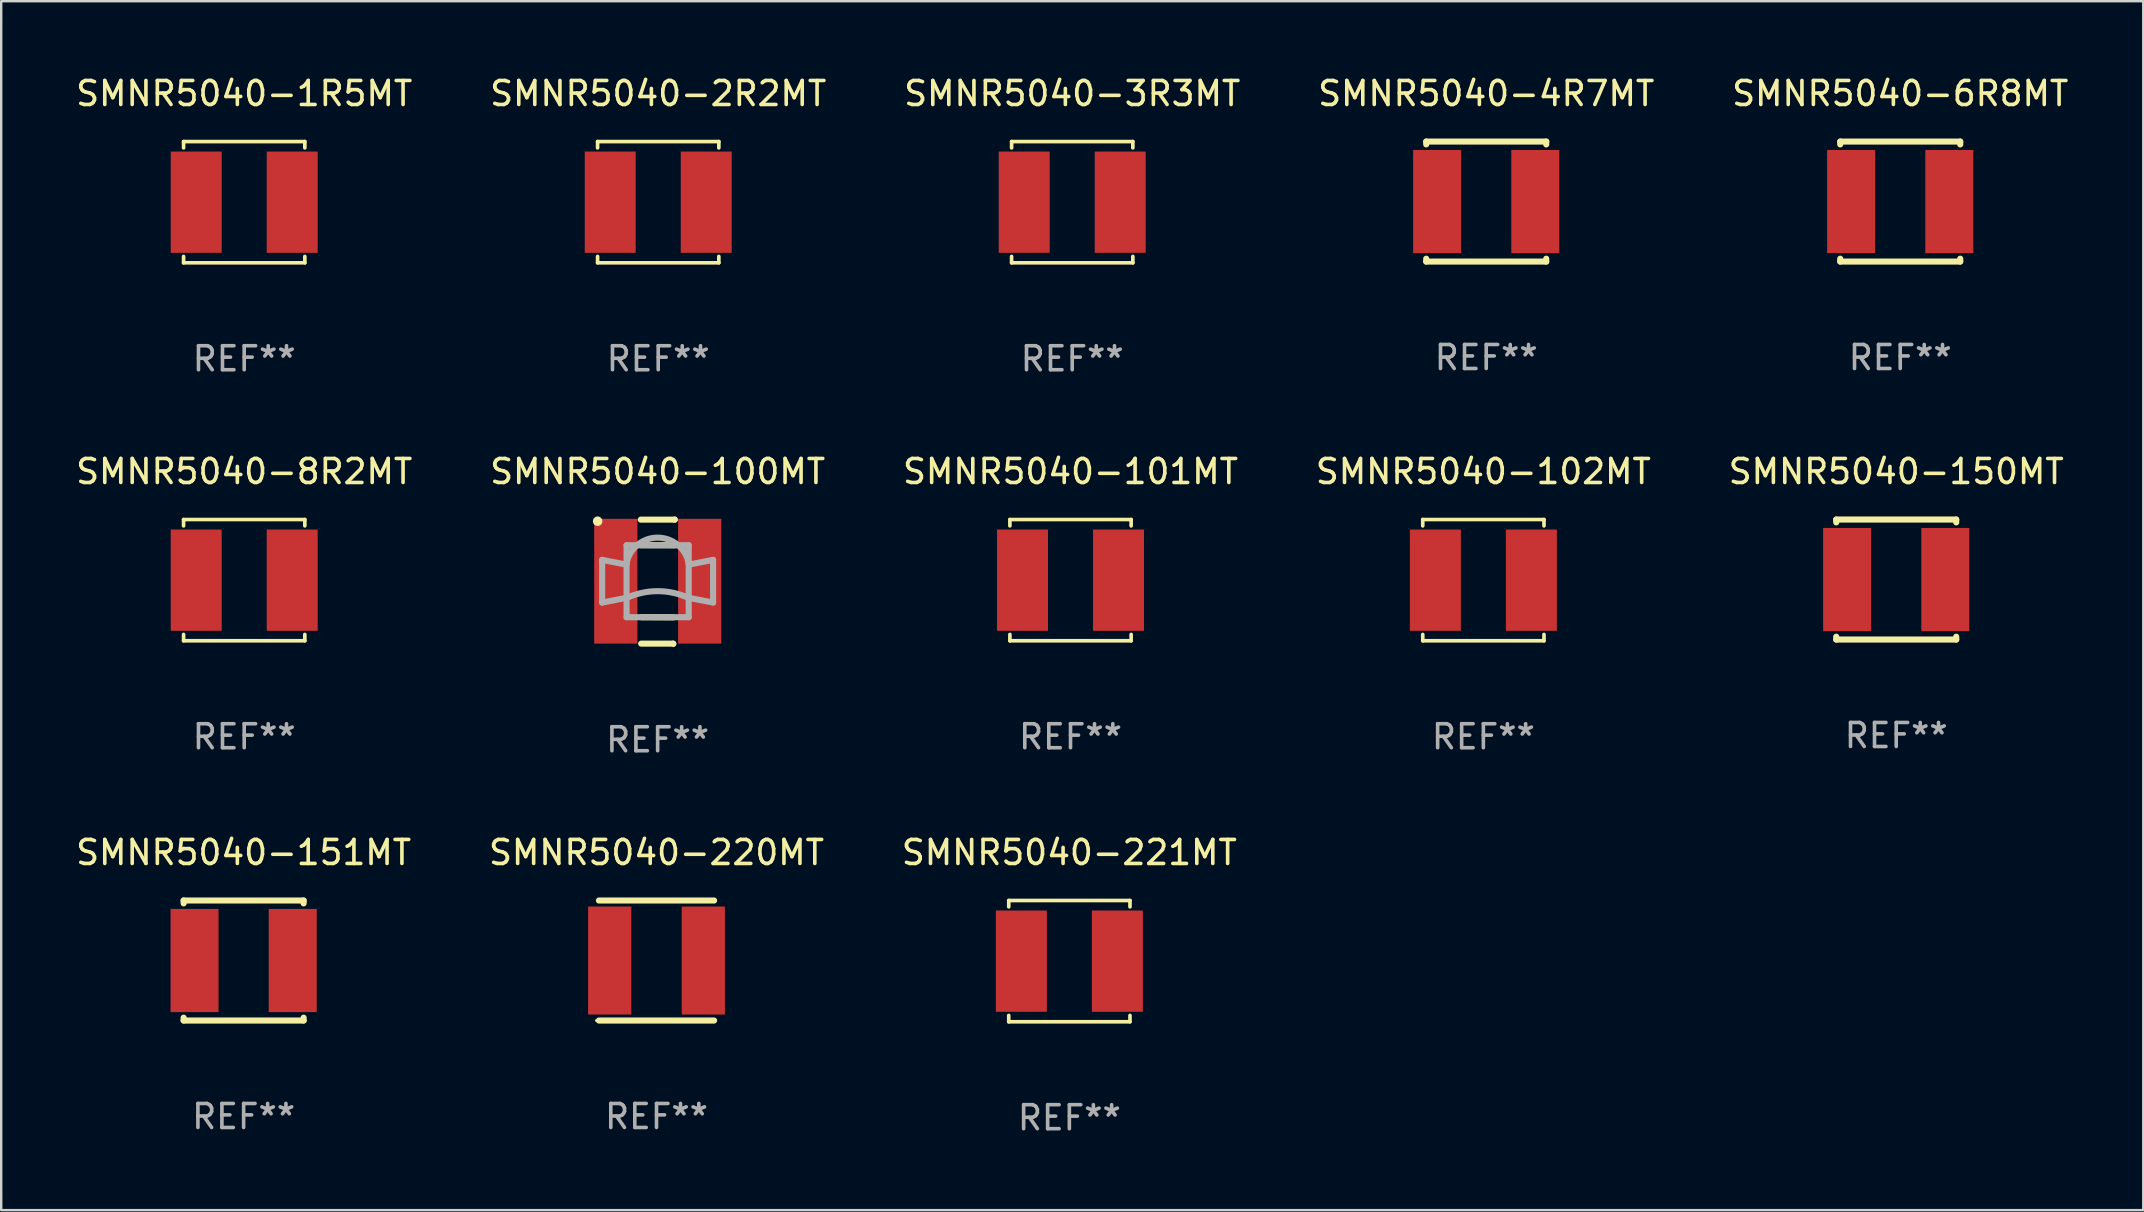
<source format=kicad_pcb>
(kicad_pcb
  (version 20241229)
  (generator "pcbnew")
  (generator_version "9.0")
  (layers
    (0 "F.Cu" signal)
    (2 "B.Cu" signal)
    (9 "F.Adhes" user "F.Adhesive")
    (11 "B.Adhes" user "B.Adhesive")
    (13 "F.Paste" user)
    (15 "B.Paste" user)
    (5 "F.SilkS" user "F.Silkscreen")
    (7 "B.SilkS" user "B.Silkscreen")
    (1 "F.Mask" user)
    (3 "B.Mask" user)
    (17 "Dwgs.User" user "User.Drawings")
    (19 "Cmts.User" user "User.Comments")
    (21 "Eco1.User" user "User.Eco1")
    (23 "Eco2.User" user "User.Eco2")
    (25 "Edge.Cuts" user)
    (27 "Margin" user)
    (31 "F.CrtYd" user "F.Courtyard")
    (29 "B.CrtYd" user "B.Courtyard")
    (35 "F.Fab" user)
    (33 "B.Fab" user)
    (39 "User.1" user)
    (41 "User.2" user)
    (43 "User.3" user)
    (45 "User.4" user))
  (footprint "SMNR5040-4R7MT"
    (layer "F.Cu")
    (at 58.875 5.348)
    (property "Reference" "SMNR5040-4R7MT" (at 0 -4.5 0) (layer "F.SilkS") (effects (font (size 1 1) (thickness 0.15))))
    (attr through_hole)
    (fp_line (start -2.5 -2.5) (end -2.5 -2.381) (stroke (width 0.254) (type solid)) (layer "F.SilkS"))
    (fp_line (start -2.5 -2.5) (end 2.5 -2.5) (stroke (width 0.254) (type solid)) (layer "F.SilkS"))
    (fp_line (start -2.5 2.381) (end -2.5 2.5) (stroke (width 0.254) (type solid)) (layer "F.SilkS"))
    (fp_line (start -2.5 2.5) (end 2.5 2.5) (stroke (width 0.254) (type solid)) (layer "F.SilkS"))
    (fp_line (start 2.5 -2.5) (end 2.5 -2.381) (stroke (width 0.254) (type solid)) (layer "F.SilkS"))
    (fp_line (start 2.5 2.381) (end 2.5 2.5) (stroke (width 0.254) (type solid)) (layer "F.SilkS"))
    (fp_circle (center -2.5 2.5) (end -2.47 2.5) (stroke (width 0.06) (type solid)) (fill no) (layer "F.SilkS"))
    (fp_text user "REF**" (at 0 6.5 0) (layer "F.Fab") (effects (font (size 1 1) (thickness 0.15))))
    (pad "1" smd rect (at -2.045 0) (size 2 4.3) (layers "F.Cu" "F.Mask" "F.Paste"))
    (pad "2" smd rect (at 2.045 0) (size 2 4.3) (layers "F.Cu" "F.Mask" "F.Paste")))
  (footprint "SMNR5040-1R5MT"
    (layer "F.Cu")
    (at 7.125 5.374)
    (property "Reference" "SMNR5040-1R5MT" (at 0 -4.526 0) (layer "F.SilkS") (effects (font (size 1 1) (thickness 0.15))))
    (attr through_hole)
    (fp_line (start -2.526 -2.526) (end 2.526 -2.526) (stroke (width 0.152) (type solid)) (layer "F.SilkS"))
    (fp_line (start -2.526 -2.262) (end -2.526 -2.526) (stroke (width 0.152) (type solid)) (layer "F.SilkS"))
    (fp_line (start -2.526 2.262) (end -2.526 2.526) (stroke (width 0.152) (type solid)) (layer "F.SilkS"))
    (fp_line (start -2.526 2.526) (end 2.526 2.526) (stroke (width 0.152) (type solid)) (layer "F.SilkS"))
    (fp_line (start 2.526 -2.526) (end 2.526 -2.262) (stroke (width 0.152) (type solid)) (layer "F.SilkS"))
    (fp_line (start 2.526 2.526) (end 2.526 2.262) (stroke (width 0.152) (type solid)) (layer "F.SilkS"))
    (fp_circle (center 2.5 -2.5) (end 2.53 -2.5) (stroke (width 0.06) (type solid)) (fill no) (layer "F.SilkS"))
    (fp_text user "REF**" (at 0 6.526 0) (layer "F.Fab") (effects (font (size 1 1) (thickness 0.15))))
    (pad "1" smd rect (at 2 0) (size 2.124 4.22) (layers "F.Cu" "F.Mask" "F.Paste"))
    (pad "2" smd rect (at -2 0) (size 2.124 4.22) (layers "F.Cu" "F.Mask" "F.Paste")))
  (footprint "SMNR5040-2R2MT"
    (layer "F.Cu")
    (at 24.375 5.374)
    (property "Reference" "SMNR5040-2R2MT" (at 0 -4.526 0) (layer "F.SilkS") (effects (font (size 1 1) (thickness 0.15))))
    (attr through_hole)
    (fp_line (start -2.526 -2.526) (end 2.526 -2.526) (stroke (width 0.152) (type solid)) (layer "F.SilkS"))
    (fp_line (start -2.526 -2.262) (end -2.526 -2.526) (stroke (width 0.152) (type solid)) (layer "F.SilkS"))
    (fp_line (start -2.526 2.262) (end -2.526 2.526) (stroke (width 0.152) (type solid)) (layer "F.SilkS"))
    (fp_line (start -2.526 2.526) (end 2.526 2.526) (stroke (width 0.152) (type solid)) (layer "F.SilkS"))
    (fp_line (start 2.526 -2.526) (end 2.526 -2.262) (stroke (width 0.152) (type solid)) (layer "F.SilkS"))
    (fp_line (start 2.526 2.526) (end 2.526 2.262) (stroke (width 0.152) (type solid)) (layer "F.SilkS"))
    (fp_circle (center 2.5 -2.5) (end 2.53 -2.5) (stroke (width 0.06) (type solid)) (fill no) (layer "F.SilkS"))
    (fp_text user "REF**" (at 0 6.526 0) (layer "F.Fab") (effects (font (size 1 1) (thickness 0.15))))
    (pad "1" smd rect (at 2 0) (size 2.124 4.22) (layers "F.Cu" "F.Mask" "F.Paste"))
    (pad "2" smd rect (at -2 0) (size 2.124 4.22) (layers "F.Cu" "F.Mask" "F.Paste")))
  (footprint "SMNR5040-6R8MT"
    (layer "F.Cu")
    (at 76.125 5.348)
    (property "Reference" "SMNR5040-6R8MT" (at 0 -4.5 0) (layer "F.SilkS") (effects (font (size 1 1) (thickness 0.15))))
    (attr through_hole)
    (fp_line (start -2.5 -2.5) (end -2.5 -2.381) (stroke (width 0.254) (type solid)) (layer "F.SilkS"))
    (fp_line (start -2.5 -2.5) (end 2.5 -2.5) (stroke (width 0.254) (type solid)) (layer "F.SilkS"))
    (fp_line (start -2.5 2.381) (end -2.5 2.5) (stroke (width 0.254) (type solid)) (layer "F.SilkS"))
    (fp_line (start -2.5 2.5) (end 2.5 2.5) (stroke (width 0.254) (type solid)) (layer "F.SilkS"))
    (fp_line (start 2.5 -2.5) (end 2.5 -2.381) (stroke (width 0.254) (type solid)) (layer "F.SilkS"))
    (fp_line (start 2.5 2.381) (end 2.5 2.5) (stroke (width 0.254) (type solid)) (layer "F.SilkS"))
    (fp_circle (center -2.5 2.5) (end -2.47 2.5) (stroke (width 0.06) (type solid)) (fill no) (layer "F.SilkS"))
    (fp_text user "REF**" (at 0 6.5 0) (layer "F.Fab") (effects (font (size 1 1) (thickness 0.15))))
    (pad "1" smd rect (at -2.045 0) (size 2 4.3) (layers "F.Cu" "F.Mask" "F.Paste"))
    (pad "2" smd rect (at 2.045 0) (size 2 4.3) (layers "F.Cu" "F.Mask" "F.Paste")))
  (footprint "SMNR5040-100MT"
    (layer "F.Cu")
    (at 24.351 21.186)
    (property "Reference" "SMNR5040-100MT" (at 0 -4.589 0) (layer "F.SilkS") (effects (font (size 1 1) (thickness 0.15))))
    (attr through_hole)
    (fp_line (start -0.702 -2.585) (end 0.71 -2.585) (stroke (width 0.254) (type solid)) (layer "F.SilkS"))
    (fp_line (start -0.686 2.582) (end 0.648 2.582) (stroke (width 0.254) (type solid)) (layer "F.SilkS"))
    (fp_line (start 0.648 2.582) (end 0.655 2.589) (stroke (width 0.254) (type solid)) (layer "F.SilkS"))
    (fp_line (start 0.66 1.487) (end -0.68 1.48) (stroke (width 0.254) (type solid)) (layer "F.SilkS"))
    (fp_line (start 0.71 -2.585) (end 0.714 -2.589) (stroke (width 0.254) (type solid)) (layer "F.SilkS"))
    (fp_line (start 0.714 -1.517) (end -0.704 -1.521) (stroke (width 0.254) (type solid)) (layer "F.SilkS"))
    (fp_circle (center -2.5 -2.519) (end -2.4 -2.519) (stroke (width 0.2) (type solid)) (fill no) (layer "F.SilkS"))
    (fp_line (start -2.311 -0.908) (end -2.311 0.87) (stroke (width 0.254) (type solid)) (layer "F.Fab"))
    (fp_line (start -2.311 0.87) (end -1.397 0.693) (stroke (width 0.254) (type solid)) (layer "F.Fab"))
    (fp_line (start -1.397 -0.73) (end -2.311 -0.908) (stroke (width 0.254) (type solid)) (layer "F.Fab"))
    (fp_line (start -1.295 -1.517) (end -1.295 -0.73) (stroke (width 0.254) (type solid)) (layer "F.Fab"))
    (fp_line (start -1.295 -0.73) (end -1.295 0.693) (stroke (width 0.254) (type solid)) (layer "F.Fab"))
    (fp_line (start -1.295 0.693) (end -1.295 1.48) (stroke (width 0.254) (type solid)) (layer "F.Fab"))
    (fp_line (start -1.295 1.48) (end 1.295 1.48) (stroke (width 0.254) (type solid)) (layer "F.Fab"))
    (fp_line (start 1.295 -1.517) (end -1.295 -1.517) (stroke (width 0.254) (type solid)) (layer "F.Fab"))
    (fp_line (start 1.295 -0.73) (end 1.295 -1.517) (stroke (width 0.254) (type solid)) (layer "F.Fab"))
    (fp_line (start 1.295 0.693) (end 1.295 -0.73) (stroke (width 0.254) (type solid)) (layer "F.Fab"))
    (fp_line (start 1.295 1.48) (end 1.295 0.693) (stroke (width 0.254) (type solid)) (layer "F.Fab"))
    (fp_line (start 1.397 0.693) (end 2.311 0.87) (stroke (width 0.254) (type solid)) (layer "F.Fab"))
    (fp_line (start 2.311 -0.908) (end 1.397 -0.73) (stroke (width 0.254) (type solid)) (layer "F.Fab"))
    (fp_line (start 2.311 0.87) (end 2.311 -0.908) (stroke (width 0.254) (type solid)) (layer "F.Fab"))
    (fp_arc (start -1.300483 -0.719686) (mid 0 -1.835113) (end 1.300483 -0.719685) (stroke (width 0.254001) (type solid)) (layer "F.Fab"))
    (fp_arc (start -1.300483 0.682398) (mid -0.000001 0.395252) (end 1.300482 0.682397) (stroke (width 0.254001) (type solid)) (layer "F.Fab"))
    (fp_text user "REF**" (at 0 6.589 0) (layer "F.Fab") (effects (font (size 1 1) (thickness 0.15))))
    (pad "1" smd rect (at -1.743 -0.019 270) (size 5.2 1.8) (layers "F.Cu" "F.Mask" "F.Paste"))
    (pad "2" smd rect (at 1.753 -0.019 270) (size 5.2 1.8) (layers "F.Cu" "F.Mask" "F.Paste")))
  (footprint "SMNR5040-151MT"
    (layer "F.Cu")
    (at 7.101 36.971)
    (property "Reference" "SMNR5040-151MT" (at 0 -4.5 0) (layer "F.SilkS") (effects (font (size 1 1) (thickness 0.15))))
    (attr through_hole)
    (fp_line (start -2.5 -2.5) (end -2.5 -2.381) (stroke (width 0.254) (type solid)) (layer "F.SilkS"))
    (fp_line (start -2.5 -2.5) (end 2.5 -2.5) (stroke (width 0.254) (type solid)) (layer "F.SilkS"))
    (fp_line (start -2.5 2.381) (end -2.5 2.5) (stroke (width 0.254) (type solid)) (layer "F.SilkS"))
    (fp_line (start -2.5 2.5) (end 2.5 2.5) (stroke (width 0.254) (type solid)) (layer "F.SilkS"))
    (fp_line (start 2.5 -2.5) (end 2.5 -2.381) (stroke (width 0.254) (type solid)) (layer "F.SilkS"))
    (fp_line (start 2.5 2.381) (end 2.5 2.5) (stroke (width 0.254) (type solid)) (layer "F.SilkS"))
    (fp_circle (center -2.5 2.5) (end -2.47 2.5) (stroke (width 0.06) (type solid)) (fill no) (layer "F.SilkS"))
    (fp_text user "REF**" (at 0 6.5 0) (layer "F.Fab") (effects (font (size 1 1) (thickness 0.15))))
    (pad "1" smd rect (at -2.045 0) (size 2 4.3) (layers "F.Cu" "F.Mask" "F.Paste"))
    (pad "2" smd rect (at 2.045 0) (size 2 4.3) (layers "F.Cu" "F.Mask" "F.Paste")))
  (footprint "SMNR5040-221MT"
    (layer "F.Cu")
    (at 41.506 36.997)
    (property "Reference" "SMNR5040-221MT" (at 0 -4.526 0) (layer "F.SilkS") (effects (font (size 1 1) (thickness 0.15))))
    (attr through_hole)
    (fp_line (start -2.526 -2.526) (end 2.526 -2.526) (stroke (width 0.152) (type solid)) (layer "F.SilkS"))
    (fp_line (start -2.526 -2.262) (end -2.526 -2.526) (stroke (width 0.152) (type solid)) (layer "F.SilkS"))
    (fp_line (start -2.526 2.262) (end -2.526 2.526) (stroke (width 0.152) (type solid)) (layer "F.SilkS"))
    (fp_line (start -2.526 2.526) (end 2.526 2.526) (stroke (width 0.152) (type solid)) (layer "F.SilkS"))
    (fp_line (start 2.526 -2.526) (end 2.526 -2.262) (stroke (width 0.152) (type solid)) (layer "F.SilkS"))
    (fp_line (start 2.526 2.526) (end 2.526 2.262) (stroke (width 0.152) (type solid)) (layer "F.SilkS"))
    (fp_circle (center 2.5 -2.5) (end 2.53 -2.5) (stroke (width 0.06) (type solid)) (fill no) (layer "F.SilkS"))
    (fp_text user "REF**" (at 0 6.526 0) (layer "F.Fab") (effects (font (size 1 1) (thickness 0.15))))
    (pad "1" smd rect (at 2 0) (size 2.124 4.22) (layers "F.Cu" "F.Mask" "F.Paste"))
    (pad "2" smd rect (at -2 0) (size 2.124 4.22) (layers "F.Cu" "F.Mask" "F.Paste")))
  (footprint "SMNR5040-150MT"
    (layer "F.Cu")
    (at 75.958 21.097)
    (property "Reference" "SMNR5040-150MT" (at 0 -4.5 0) (layer "F.SilkS") (effects (font (size 1 1) (thickness 0.15))))
    (attr through_hole)
    (fp_line (start -2.5 -2.5) (end -2.5 -2.381) (stroke (width 0.254) (type solid)) (layer "F.SilkS"))
    (fp_line (start -2.5 -2.5) (end 2.5 -2.5) (stroke (width 0.254) (type solid)) (layer "F.SilkS"))
    (fp_line (start -2.5 2.381) (end -2.5 2.5) (stroke (width 0.254) (type solid)) (layer "F.SilkS"))
    (fp_line (start -2.5 2.5) (end 2.5 2.5) (stroke (width 0.254) (type solid)) (layer "F.SilkS"))
    (fp_line (start 2.5 -2.5) (end 2.5 -2.381) (stroke (width 0.254) (type solid)) (layer "F.SilkS"))
    (fp_line (start 2.5 2.381) (end 2.5 2.5) (stroke (width 0.254) (type solid)) (layer "F.SilkS"))
    (fp_circle (center -2.5 2.5) (end -2.47 2.5) (stroke (width 0.06) (type solid)) (fill no) (layer "F.SilkS"))
    (fp_text user "REF**" (at 0 6.5 0) (layer "F.Fab") (effects (font (size 1 1) (thickness 0.15))))
    (pad "1" smd rect (at -2.045 0) (size 2 4.3) (layers "F.Cu" "F.Mask" "F.Paste"))
    (pad "2" smd rect (at 2.045 0) (size 2 4.3) (layers "F.Cu" "F.Mask" "F.Paste")))
  (footprint "SMNR5040-8R2MT"
    (layer "F.Cu")
    (at 7.125 21.123)
    (property "Reference" "SMNR5040-8R2MT" (at 0 -4.526 0) (layer "F.SilkS") (effects (font (size 1 1) (thickness 0.15))))
    (attr through_hole)
    (fp_line (start -2.526 -2.526) (end 2.526 -2.526) (stroke (width 0.152) (type solid)) (layer "F.SilkS"))
    (fp_line (start -2.526 -2.262) (end -2.526 -2.526) (stroke (width 0.152) (type solid)) (layer "F.SilkS"))
    (fp_line (start -2.526 2.262) (end -2.526 2.526) (stroke (width 0.152) (type solid)) (layer "F.SilkS"))
    (fp_line (start -2.526 2.526) (end 2.526 2.526) (stroke (width 0.152) (type solid)) (layer "F.SilkS"))
    (fp_line (start 2.526 -2.526) (end 2.526 -2.262) (stroke (width 0.152) (type solid)) (layer "F.SilkS"))
    (fp_line (start 2.526 2.526) (end 2.526 2.262) (stroke (width 0.152) (type solid)) (layer "F.SilkS"))
    (fp_circle (center 2.5 -2.5) (end 2.53 -2.5) (stroke (width 0.06) (type solid)) (fill no) (layer "F.SilkS"))
    (fp_text user "REF**" (at 0 6.526 0) (layer "F.Fab") (effects (font (size 1 1) (thickness 0.15))))
    (pad "1" smd rect (at 2 0) (size 2.124 4.22) (layers "F.Cu" "F.Mask" "F.Paste"))
    (pad "2" smd rect (at -2 0) (size 2.124 4.22) (layers "F.Cu" "F.Mask" "F.Paste")))
  (footprint "SMNR5040-101MT"
    (layer "F.Cu")
    (at 41.554 21.123)
    (property "Reference" "SMNR5040-101MT" (at 0 -4.526 0) (layer "F.SilkS") (effects (font (size 1 1) (thickness 0.15))))
    (attr through_hole)
    (fp_line (start -2.526 -2.526) (end 2.526 -2.526) (stroke (width 0.152) (type solid)) (layer "F.SilkS"))
    (fp_line (start -2.526 -2.262) (end -2.526 -2.526) (stroke (width 0.152) (type solid)) (layer "F.SilkS"))
    (fp_line (start -2.526 2.262) (end -2.526 2.526) (stroke (width 0.152) (type solid)) (layer "F.SilkS"))
    (fp_line (start -2.526 2.526) (end 2.526 2.526) (stroke (width 0.152) (type solid)) (layer "F.SilkS"))
    (fp_line (start 2.526 -2.526) (end 2.526 -2.262) (stroke (width 0.152) (type solid)) (layer "F.SilkS"))
    (fp_line (start 2.526 2.526) (end 2.526 2.262) (stroke (width 0.152) (type solid)) (layer "F.SilkS"))
    (fp_circle (center 2.5 -2.5) (end 2.53 -2.5) (stroke (width 0.06) (type solid)) (fill no) (layer "F.SilkS"))
    (fp_text user "REF**" (at 0 6.526 0) (layer "F.Fab") (effects (font (size 1 1) (thickness 0.15))))
    (pad "1" smd rect (at 2 0) (size 2.124 4.22) (layers "F.Cu" "F.Mask" "F.Paste"))
    (pad "2" smd rect (at -2 0) (size 2.124 4.22) (layers "F.Cu" "F.Mask" "F.Paste")))
  (footprint "SMNR5040-3R3MT"
    (layer "F.Cu")
    (at 41.625 5.374)
    (property "Reference" "SMNR5040-3R3MT" (at 0 -4.526 0) (layer "F.SilkS") (effects (font (size 1 1) (thickness 0.15))))
    (attr through_hole)
    (fp_line (start -2.526 -2.526) (end 2.526 -2.526) (stroke (width 0.152) (type solid)) (layer "F.SilkS"))
    (fp_line (start -2.526 -2.262) (end -2.526 -2.526) (stroke (width 0.152) (type solid)) (layer "F.SilkS"))
    (fp_line (start -2.526 2.262) (end -2.526 2.526) (stroke (width 0.152) (type solid)) (layer "F.SilkS"))
    (fp_line (start -2.526 2.526) (end 2.526 2.526) (stroke (width 0.152) (type solid)) (layer "F.SilkS"))
    (fp_line (start 2.526 -2.526) (end 2.526 -2.262) (stroke (width 0.152) (type solid)) (layer "F.SilkS"))
    (fp_line (start 2.526 2.526) (end 2.526 2.262) (stroke (width 0.152) (type solid)) (layer "F.SilkS"))
    (fp_circle (center 2.5 -2.5) (end 2.53 -2.5) (stroke (width 0.06) (type solid)) (fill no) (layer "F.SilkS"))
    (fp_text user "REF**" (at 0 6.526 0) (layer "F.Fab") (effects (font (size 1 1) (thickness 0.15))))
    (pad "1" smd rect (at 2 0) (size 2.124 4.22) (layers "F.Cu" "F.Mask" "F.Paste"))
    (pad "2" smd rect (at -2 0) (size 2.124 4.22) (layers "F.Cu" "F.Mask" "F.Paste")))
  (footprint "SMNR5040-102MT"
    (layer "F.Cu")
    (at 58.756 21.123)
    (property "Reference" "SMNR5040-102MT" (at 0 -4.526 0) (layer "F.SilkS") (effects (font (size 1 1) (thickness 0.15))))
    (attr through_hole)
    (fp_line (start -2.526 -2.526) (end 2.526 -2.526) (stroke (width 0.152) (type solid)) (layer "F.SilkS"))
    (fp_line (start -2.526 -2.262) (end -2.526 -2.526) (stroke (width 0.152) (type solid)) (layer "F.SilkS"))
    (fp_line (start -2.526 2.262) (end -2.526 2.526) (stroke (width 0.152) (type solid)) (layer "F.SilkS"))
    (fp_line (start -2.526 2.526) (end 2.526 2.526) (stroke (width 0.152) (type solid)) (layer "F.SilkS"))
    (fp_line (start 2.526 -2.526) (end 2.526 -2.262) (stroke (width 0.152) (type solid)) (layer "F.SilkS"))
    (fp_line (start 2.526 2.526) (end 2.526 2.262) (stroke (width 0.152) (type solid)) (layer "F.SilkS"))
    (fp_circle (center 2.5 -2.5) (end 2.53 -2.5) (stroke (width 0.06) (type solid)) (fill no) (layer "F.SilkS"))
    (fp_text user "REF**" (at 0 6.526 0) (layer "F.Fab") (effects (font (size 1 1) (thickness 0.15))))
    (pad "1" smd rect (at 2 0) (size 2.124 4.22) (layers "F.Cu" "F.Mask" "F.Paste"))
    (pad "2" smd rect (at -2 0) (size 2.124 4.22) (layers "F.Cu" "F.Mask" "F.Paste")))
  (footprint "SMNR5040-220MT"
    (layer "F.Cu")
    (at 24.304 36.971)
    (property "Reference" "SMNR5040-220MT" (at 0 -4.5 0) (layer "F.SilkS") (effects (font (size 1 1) (thickness 0.15))))
    (attr through_hole)
    (fp_line (start -2.4 -2.5) (end 2.4 -2.5) (stroke (width 0.254) (type solid)) (layer "F.SilkS"))
    (fp_line (start -2.4 2.5) (end 2.4 2.5) (stroke (width 0.254) (type solid)) (layer "F.SilkS"))
    (fp_circle (center -2.505 2.5) (end -2.475 2.5) (stroke (width 0.06) (type solid)) (fill no) (layer "F.SilkS"))
    (fp_text user "REF**" (at 0 6.5 0) (layer "F.Fab") (effects (font (size 1 1) (thickness 0.15))))
    (pad "1" smd rect (at -1.95 0) (size 1.8 4.5) (layers "F.Cu" "F.Mask" "F.Paste"))
    (pad "2" smd rect (at 1.95 0) (size 1.8 4.5) (layers "F.Cu" "F.Mask" "F.Paste")))
  (gr_rect
    (start -3 -3)
    (end 86.25 47.372)
    (stroke (width 0.1) (type default))
    (fill no)
    (layer "Edge.Cuts")))
</source>
